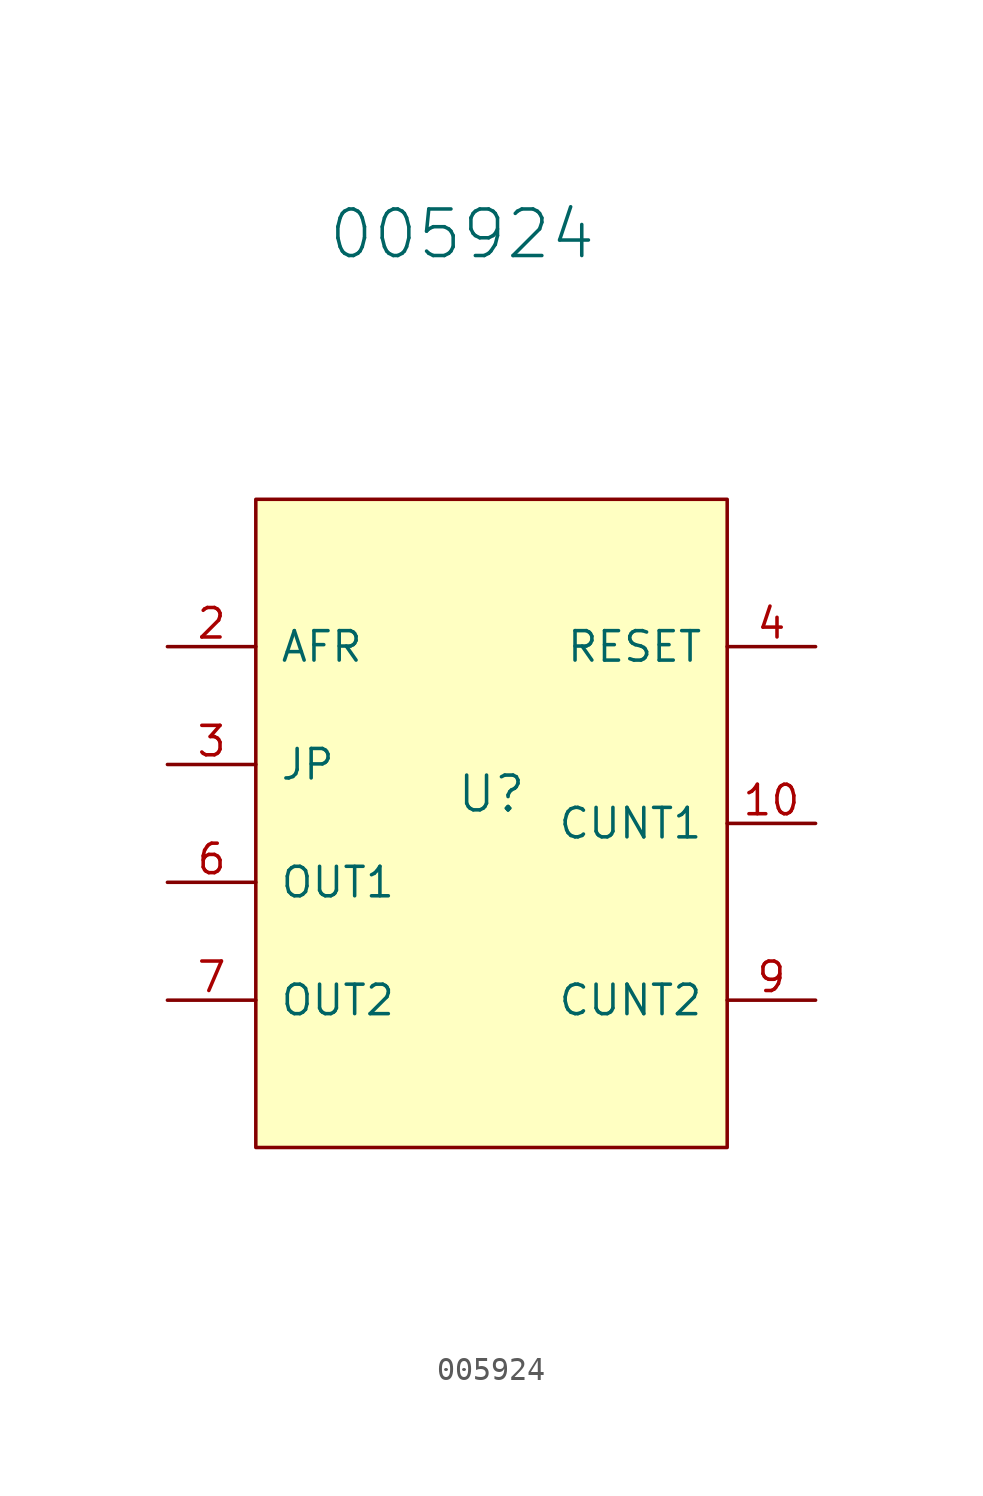
<source format=kicad_sym>
(kicad_symbol_lib
  (version 20211014)
  (generator kicad_symbol_editor)
  (symbol "005924"
    (pin_names
      (offset 1.016))
    (property "Reference" "U"
      (at 10.16 -12.7 0)
      (effects (font (size 1.499 1.499))))
    (property "Value" "005924"
      (at 8.89 11.43 0)
      (effects (font (size 2.007 2.007))))
    (symbol "005924_0_0"
      (pin input line (at 5.08 3.81 270) (length 3.81) hide (name "+5" (effects (font (size 1.27 1.27)))) (number "1" (effects (font (size 1.27 1.27)))))
      (pin input line (at 24.13 -13.97 180) (length 3.81) (name "CUNT1" (effects (font (size 1.27 1.27)))) (number "10" (effects (font (size 1.27 1.27)))))
      (pin input line (at 13.97 3.81 270) (length 3.81) hide (name "+12" (effects (font (size 1.27 1.27)))) (number "11" (effects (font (size 1.27 1.27)))))
      (pin input line (at -3.81 -6.35 0) (length 3.81) (name "AFR" (effects (font (size 1.27 1.27)))) (number "2" (effects (font (size 1.27 1.27)))))
      (pin input line (at -3.81 -11.43 0) (length 3.81) (name "JP" (effects (font (size 1.27 1.27)))) (number "3" (effects (font (size 1.27 1.27)))))
      (pin input line (at 24.13 -6.35 180) (length 3.81) (name "RESET" (effects (font (size 1.27 1.27)))) (number "4" (effects (font (size 1.27 1.27)))))
      (pin input line (at 5.08 -31.75 90) (length 3.81) hide (name "GND" (effects (font (size 1.27 1.27)))) (number "5" (effects (font (size 1.27 1.27)))))
      (pin input line (at -3.81 -16.51 0) (length 3.81) (name "OUT1" (effects (font (size 1.27 1.27)))) (number "6" (effects (font (size 1.27 1.27)))))
      (pin input line (at -3.81 -21.59 0) (length 3.81) (name "OUT2" (effects (font (size 1.27 1.27)))) (number "7" (effects (font (size 1.27 1.27)))))
      (pin input line (at 15.24 -31.75 90) (length 3.81) hide (name "GND" (effects (font (size 1.27 1.27)))) (number "8" (effects (font (size 1.27 1.27)))))
      (pin input line (at 24.13 -21.59 180) (length 3.81) (name "CUNT2" (effects (font (size 1.27 1.27)))) (number "9" (effects (font (size 1.27 1.27))))))
    (symbol "005924_0_1"
      (rectangle (start 0 0) (end 20.32 -27.94) (stroke (width 0) (type default) (color 0 0 0 0)) (fill (type background))))))
</source>
